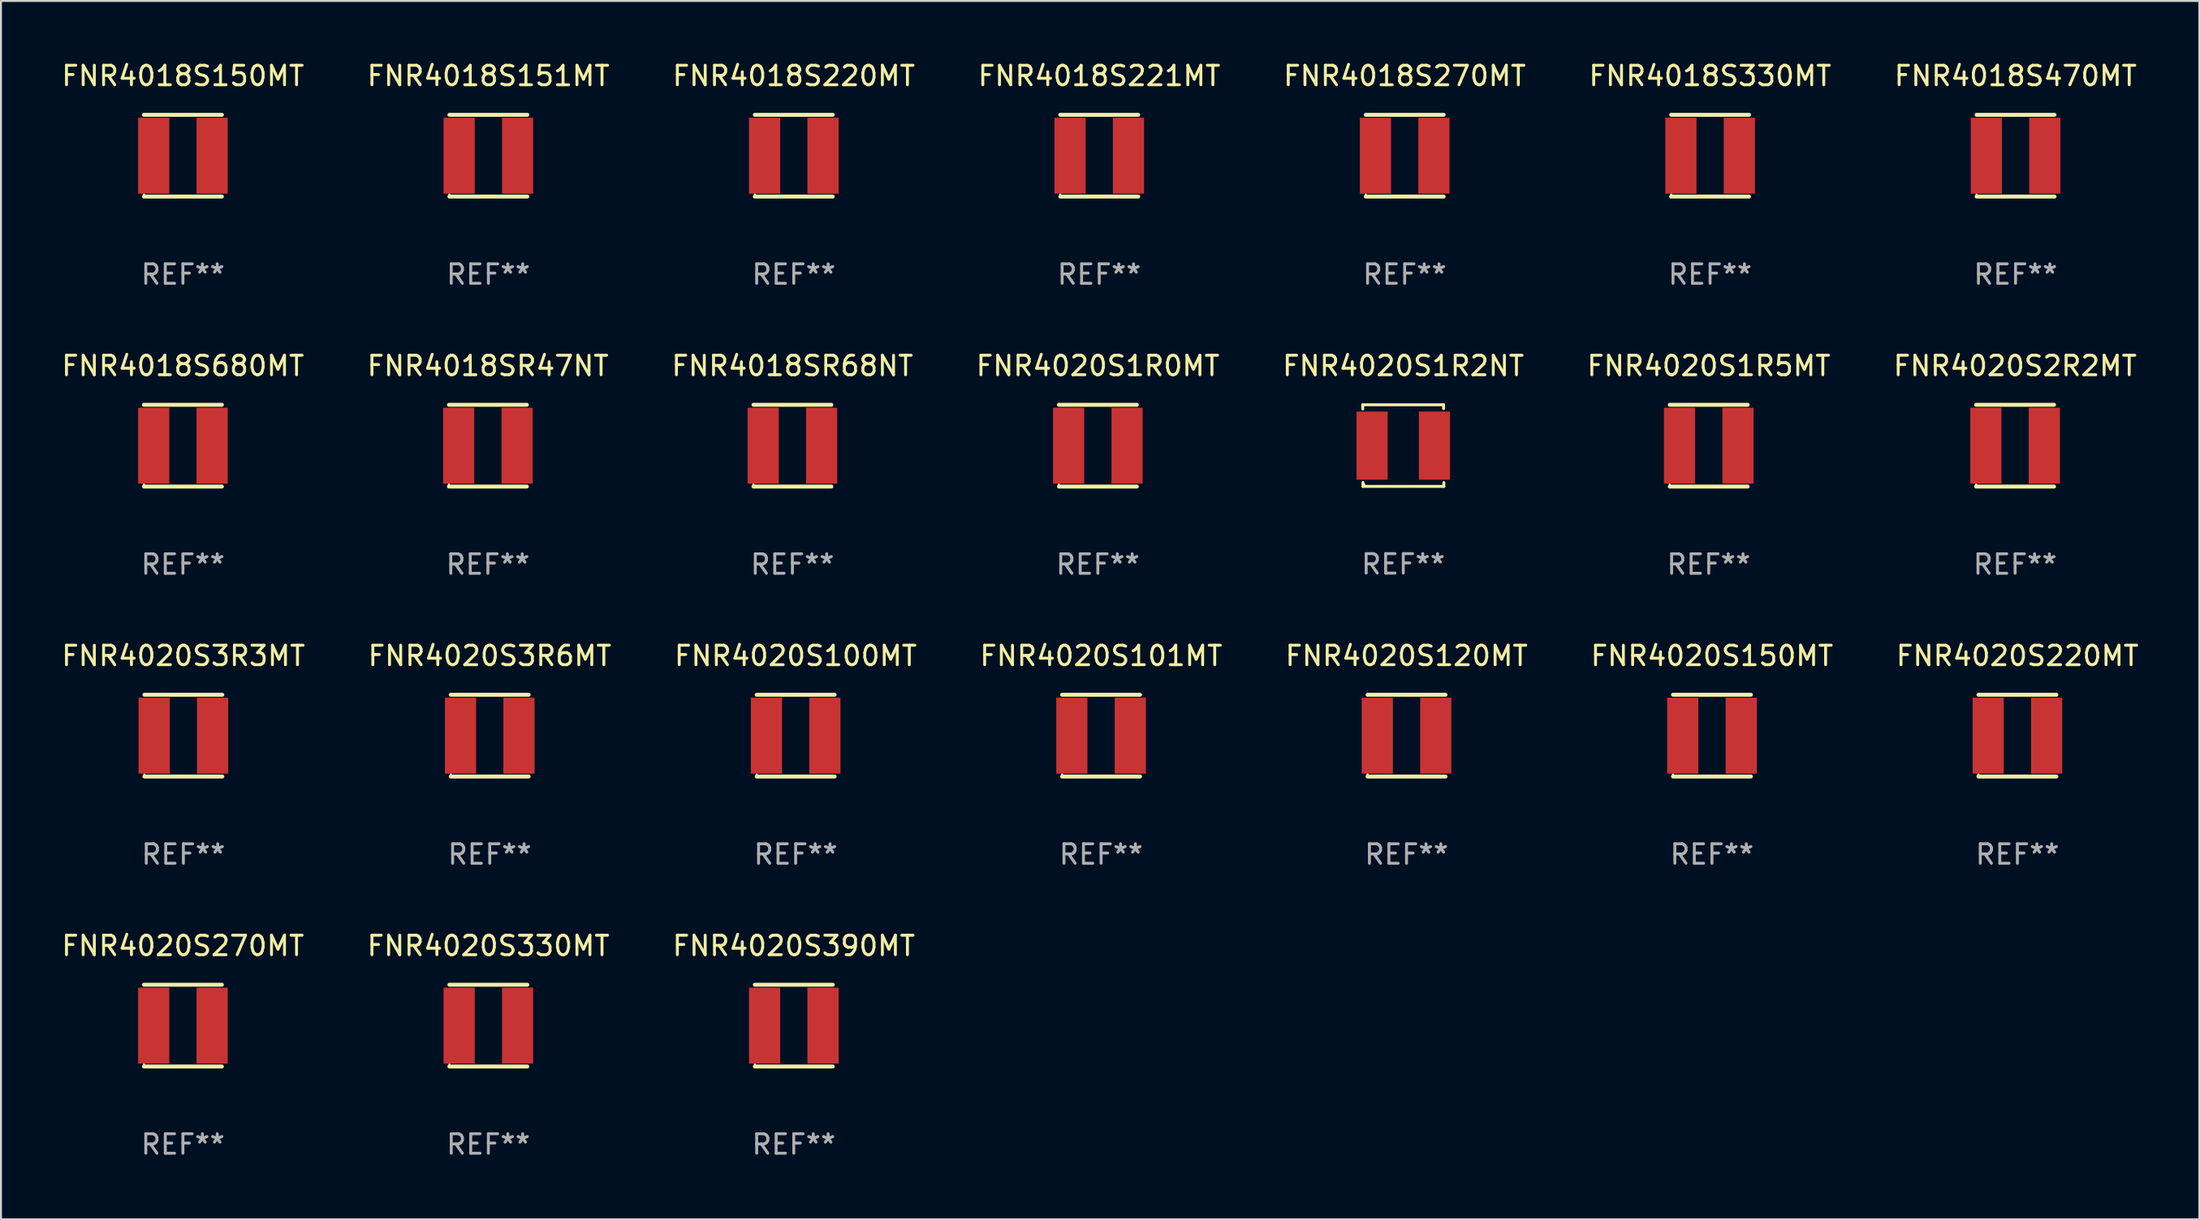
<source format=kicad_pcb>
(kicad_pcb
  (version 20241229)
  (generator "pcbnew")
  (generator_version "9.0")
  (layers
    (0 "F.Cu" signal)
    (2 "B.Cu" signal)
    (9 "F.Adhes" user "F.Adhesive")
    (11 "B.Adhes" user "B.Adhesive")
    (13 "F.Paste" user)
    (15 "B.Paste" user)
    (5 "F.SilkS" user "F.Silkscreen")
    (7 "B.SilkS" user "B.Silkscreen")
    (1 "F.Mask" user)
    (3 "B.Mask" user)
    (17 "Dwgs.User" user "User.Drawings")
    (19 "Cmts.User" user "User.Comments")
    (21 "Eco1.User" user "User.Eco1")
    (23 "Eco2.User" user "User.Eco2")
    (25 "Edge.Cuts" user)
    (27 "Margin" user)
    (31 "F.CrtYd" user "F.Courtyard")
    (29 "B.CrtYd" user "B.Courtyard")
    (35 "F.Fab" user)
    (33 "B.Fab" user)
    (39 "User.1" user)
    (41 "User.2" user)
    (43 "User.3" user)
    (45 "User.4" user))
  (footprint "FNR4020S1R2NT"
    (layer "F.Cu")
    (at 68.982 19.841)
    (property "Reference" "FNR4020S1R2NT" (at 0 -4.096 0) (layer "F.SilkS") (effects (font (size 1 1) (thickness 0.15))))
    (attr through_hole)
    (fp_line (start -2.083 -2.096) (end -2.08 -1.88) (stroke (width 0.15) (type solid)) (layer "F.SilkS"))
    (fp_line (start -2.07 1.89) (end -2.07 2.096) (stroke (width 0.15) (type solid)) (layer "F.SilkS"))
    (fp_line (start -2.07 2.096) (end 2.083 2.096) (stroke (width 0.15) (type solid)) (layer "F.SilkS"))
    (fp_line (start 2.07 -1.9) (end 2.07 -2.096) (stroke (width 0.15) (type solid)) (layer "F.SilkS"))
    (fp_line (start 2.07 -2.096) (end -2.083 -2.096) (stroke (width 0.15) (type solid)) (layer "F.SilkS"))
    (fp_line (start 2.083 2.096) (end 2.08 1.9) (stroke (width 0.15) (type solid)) (layer "F.SilkS"))
    (fp_circle (center -2 2) (end -1.97 2) (stroke (width 0.06) (type solid)) (fill no) (layer "F.SilkS"))
    (fp_text user "REF**" (at 0 6.096 0) (layer "F.Fab") (effects (font (size 1 1) (thickness 0.15))))
    (pad "1" smd rect (at -1.6 -0.000343) (size 1.6 3.5) (layers "F.Cu" "F.Mask" "F.Paste"))
    (pad "2" smd rect (at 1.6 -0.000343) (size 1.6 3.5) (layers "F.Cu" "F.Mask" "F.Paste")))
  (footprint "FNR4018S470MT"
    (layer "F.Cu")
    (at 100.411 4.948)
    (property "Reference" "FNR4018S470MT" (at 0 -4.1 0) (layer "F.SilkS") (effects (font (size 1 1) (thickness 0.15))))
    (attr through_hole)
    (fp_line (start -2 -2.1) (end 2 -2.1) (stroke (width 0.203) (type solid)) (layer "F.SilkS"))
    (fp_line (start -2 2.1) (end 2 2.1) (stroke (width 0.203) (type solid)) (layer "F.SilkS"))
    (fp_circle (center -2 2.003) (end -1.97 2.003) (stroke (width 0.06) (type solid)) (fill no) (layer "F.SilkS"))
    (fp_text user "REF**" (at 0 6.1 0) (layer "F.Fab") (effects (font (size 1 1) (thickness 0.15))))
    (pad "1" smd rect (at -1.5 0) (size 1.6 3.9) (layers "F.Cu" "F.Mask" "F.Paste"))
    (pad "2" smd rect (at 1.5 0) (size 1.6 3.9) (layers "F.Cu" "F.Mask" "F.Paste")))
  (footprint "FNR4020S220MT"
    (layer "F.Cu")
    (at 100.506 34.741)
    (property "Reference" "FNR4020S220MT" (at 0 -4.1 0) (layer "F.SilkS") (effects (font (size 1 1) (thickness 0.15))))
    (attr through_hole)
    (fp_line (start -2 -2.1) (end 2 -2.1) (stroke (width 0.203) (type solid)) (layer "F.SilkS"))
    (fp_line (start -2 2.1) (end 2 2.1) (stroke (width 0.203) (type solid)) (layer "F.SilkS"))
    (fp_circle (center -2 2.003) (end -1.97 2.003) (stroke (width 0.06) (type solid)) (fill no) (layer "F.SilkS"))
    (fp_text user "REF**" (at 0 6.1 0) (layer "F.Fab") (effects (font (size 1 1) (thickness 0.15))))
    (pad "1" smd rect (at -1.5 0) (size 1.6 3.9) (layers "F.Cu" "F.Mask" "F.Paste"))
    (pad "2" smd rect (at 1.5 0) (size 1.6 3.9) (layers "F.Cu" "F.Mask" "F.Paste")))
  (footprint "FNR4020S2R2MT"
    (layer "F.Cu")
    (at 100.387 19.845)
    (property "Reference" "FNR4020S2R2MT" (at 0 -4.1 0) (layer "F.SilkS") (effects (font (size 1 1) (thickness 0.15))))
    (attr through_hole)
    (fp_line (start -2 -2.1) (end 2 -2.1) (stroke (width 0.203) (type solid)) (layer "F.SilkS"))
    (fp_line (start -2 2.1) (end 2 2.1) (stroke (width 0.203) (type solid)) (layer "F.SilkS"))
    (fp_circle (center -2 2.003) (end -1.97 2.003) (stroke (width 0.06) (type solid)) (fill no) (layer "F.SilkS"))
    (fp_text user "REF**" (at 0 6.1 0) (layer "F.Fab") (effects (font (size 1 1) (thickness 0.15))))
    (pad "1" smd rect (at -1.5 0) (size 1.6 3.9) (layers "F.Cu" "F.Mask" "F.Paste"))
    (pad "2" smd rect (at 1.5 0) (size 1.6 3.9) (layers "F.Cu" "F.Mask" "F.Paste")))
  (footprint "FNR4020S3R3MT"
    (layer "F.Cu")
    (at 6.363 34.741)
    (property "Reference" "FNR4020S3R3MT" (at 0 -4.1 0) (layer "F.SilkS") (effects (font (size 1 1) (thickness 0.15))))
    (attr through_hole)
    (fp_line (start -2 -2.1) (end 2 -2.1) (stroke (width 0.203) (type solid)) (layer "F.SilkS"))
    (fp_line (start -2 2.1) (end 2 2.1) (stroke (width 0.203) (type solid)) (layer "F.SilkS"))
    (fp_circle (center -2 2.003) (end -1.97 2.003) (stroke (width 0.06) (type solid)) (fill no) (layer "F.SilkS"))
    (fp_text user "REF**" (at 0 6.1 0) (layer "F.Fab") (effects (font (size 1 1) (thickness 0.15))))
    (pad "1" smd rect (at -1.5 0) (size 1.6 3.9) (layers "F.Cu" "F.Mask" "F.Paste"))
    (pad "2" smd rect (at 1.5 0) (size 1.6 3.9) (layers "F.Cu" "F.Mask" "F.Paste")))
  (footprint "FNR4020S101MT"
    (layer "F.Cu")
    (at 53.47 34.741)
    (property "Reference" "FNR4020S101MT" (at 0 -4.1 0) (layer "F.SilkS") (effects (font (size 1 1) (thickness 0.15))))
    (attr through_hole)
    (fp_line (start -2 -2.1) (end 2 -2.1) (stroke (width 0.203) (type solid)) (layer "F.SilkS"))
    (fp_line (start -2 2.1) (end 2 2.1) (stroke (width 0.203) (type solid)) (layer "F.SilkS"))
    (fp_circle (center -2 2.003) (end -1.97 2.003) (stroke (width 0.06) (type solid)) (fill no) (layer "F.SilkS"))
    (fp_text user "REF**" (at 0 6.1 0) (layer "F.Fab") (effects (font (size 1 1) (thickness 0.15))))
    (pad "1" smd rect (at -1.5 0) (size 1.6 3.9) (layers "F.Cu" "F.Mask" "F.Paste"))
    (pad "2" smd rect (at 1.5 0) (size 1.6 3.9) (layers "F.Cu" "F.Mask" "F.Paste")))
  (footprint "FNR4020S120MT"
    (layer "F.Cu")
    (at 69.149 34.741)
    (property "Reference" "FNR4020S120MT" (at 0 -4.1 0) (layer "F.SilkS") (effects (font (size 1 1) (thickness 0.15))))
    (attr through_hole)
    (fp_line (start -2 -2.1) (end 2 -2.1) (stroke (width 0.203) (type solid)) (layer "F.SilkS"))
    (fp_line (start -2 2.1) (end 2 2.1) (stroke (width 0.203) (type solid)) (layer "F.SilkS"))
    (fp_circle (center -2 2.003) (end -1.97 2.003) (stroke (width 0.06) (type solid)) (fill no) (layer "F.SilkS"))
    (fp_text user "REF**" (at 0 6.1 0) (layer "F.Fab") (effects (font (size 1 1) (thickness 0.15))))
    (pad "1" smd rect (at -1.5 0) (size 1.6 3.9) (layers "F.Cu" "F.Mask" "F.Paste"))
    (pad "2" smd rect (at 1.5 0) (size 1.6 3.9) (layers "F.Cu" "F.Mask" "F.Paste")))
  (footprint "FNR4018S680MT"
    (layer "F.Cu")
    (at 6.339 19.845)
    (property "Reference" "FNR4018S680MT" (at 0 -4.1 0) (layer "F.SilkS") (effects (font (size 1 1) (thickness 0.15))))
    (attr through_hole)
    (fp_line (start -2 -2.1) (end 2 -2.1) (stroke (width 0.203) (type solid)) (layer "F.SilkS"))
    (fp_line (start -2 2.1) (end 2 2.1) (stroke (width 0.203) (type solid)) (layer "F.SilkS"))
    (fp_circle (center -2 2.003) (end -1.97 2.003) (stroke (width 0.06) (type solid)) (fill no) (layer "F.SilkS"))
    (fp_text user "REF**" (at 0 6.1 0) (layer "F.Fab") (effects (font (size 1 1) (thickness 0.15))))
    (pad "1" smd rect (at -1.5 0) (size 1.6 3.9) (layers "F.Cu" "F.Mask" "F.Paste"))
    (pad "2" smd rect (at 1.5 0) (size 1.6 3.9) (layers "F.Cu" "F.Mask" "F.Paste")))
  (footprint "FNR4018S220MT"
    (layer "F.Cu")
    (at 37.696 4.948)
    (property "Reference" "FNR4018S220MT" (at 0 -4.1 0) (layer "F.SilkS") (effects (font (size 1 1) (thickness 0.15))))
    (attr through_hole)
    (fp_line (start -2 -2.1) (end 2 -2.1) (stroke (width 0.203) (type solid)) (layer "F.SilkS"))
    (fp_line (start -2 2.1) (end 2 2.1) (stroke (width 0.203) (type solid)) (layer "F.SilkS"))
    (fp_circle (center -2 2.003) (end -1.97 2.003) (stroke (width 0.06) (type solid)) (fill no) (layer "F.SilkS"))
    (fp_text user "REF**" (at 0 6.1 0) (layer "F.Fab") (effects (font (size 1 1) (thickness 0.15))))
    (pad "1" smd rect (at -1.5 0) (size 1.6 3.9) (layers "F.Cu" "F.Mask" "F.Paste"))
    (pad "2" smd rect (at 1.5 0) (size 1.6 3.9) (layers "F.Cu" "F.Mask" "F.Paste")))
  (footprint "FNR4018S330MT"
    (layer "F.Cu")
    (at 84.732 4.948)
    (property "Reference" "FNR4018S330MT" (at 0 -4.1 0) (layer "F.SilkS") (effects (font (size 1 1) (thickness 0.15))))
    (attr through_hole)
    (fp_line (start -2 -2.1) (end 2 -2.1) (stroke (width 0.203) (type solid)) (layer "F.SilkS"))
    (fp_line (start -2 2.1) (end 2 2.1) (stroke (width 0.203) (type solid)) (layer "F.SilkS"))
    (fp_circle (center -2 2.003) (end -1.97 2.003) (stroke (width 0.06) (type solid)) (fill no) (layer "F.SilkS"))
    (fp_text user "REF**" (at 0 6.1 0) (layer "F.Fab") (effects (font (size 1 1) (thickness 0.15))))
    (pad "1" smd rect (at -1.5 0) (size 1.6 3.9) (layers "F.Cu" "F.Mask" "F.Paste"))
    (pad "2" smd rect (at 1.5 0) (size 1.6 3.9) (layers "F.Cu" "F.Mask" "F.Paste")))
  (footprint "FNR4020S100MT"
    (layer "F.Cu")
    (at 37.792 34.741)
    (property "Reference" "FNR4020S100MT" (at 0 -4.1 0) (layer "F.SilkS") (effects (font (size 1 1) (thickness 0.15))))
    (attr through_hole)
    (fp_line (start -2 -2.1) (end 2 -2.1) (stroke (width 0.203) (type solid)) (layer "F.SilkS"))
    (fp_line (start -2 2.1) (end 2 2.1) (stroke (width 0.203) (type solid)) (layer "F.SilkS"))
    (fp_circle (center -2 2.003) (end -1.97 2.003) (stroke (width 0.06) (type solid)) (fill no) (layer "F.SilkS"))
    (fp_text user "REF**" (at 0 6.1 0) (layer "F.Fab") (effects (font (size 1 1) (thickness 0.15))))
    (pad "1" smd rect (at -1.5 0) (size 1.6 3.9) (layers "F.Cu" "F.Mask" "F.Paste"))
    (pad "2" smd rect (at 1.5 0) (size 1.6 3.9) (layers "F.Cu" "F.Mask" "F.Paste")))
  (footprint "FNR4020S390MT"
    (layer "F.Cu")
    (at 37.696 49.638)
    (property "Reference" "FNR4020S390MT" (at 0 -4.1 0) (layer "F.SilkS") (effects (font (size 1 1) (thickness 0.15))))
    (attr through_hole)
    (fp_line (start -2 -2.1) (end 2 -2.1) (stroke (width 0.203) (type solid)) (layer "F.SilkS"))
    (fp_line (start -2 2.1) (end 2 2.1) (stroke (width 0.203) (type solid)) (layer "F.SilkS"))
    (fp_circle (center -2 2.003) (end -1.97 2.003) (stroke (width 0.06) (type solid)) (fill no) (layer "F.SilkS"))
    (fp_text user "REF**" (at 0 6.1 0) (layer "F.Fab") (effects (font (size 1 1) (thickness 0.15))))
    (pad "1" smd rect (at -1.5 0) (size 1.6 3.9) (layers "F.Cu" "F.Mask" "F.Paste"))
    (pad "2" smd rect (at 1.5 0) (size 1.6 3.9) (layers "F.Cu" "F.Mask" "F.Paste")))
  (footprint "FNR4018SR68NT"
    (layer "F.Cu")
    (at 37.625 19.845)
    (property "Reference" "FNR4018SR68NT" (at 0 -4.1 0) (layer "F.SilkS") (effects (font (size 1 1) (thickness 0.15))))
    (attr through_hole)
    (fp_line (start -2 -2.1) (end 2 -2.1) (stroke (width 0.203) (type solid)) (layer "F.SilkS"))
    (fp_line (start -2 2.1) (end 2 2.1) (stroke (width 0.203) (type solid)) (layer "F.SilkS"))
    (fp_circle (center -2 2.003) (end -1.97 2.003) (stroke (width 0.06) (type solid)) (fill no) (layer "F.SilkS"))
    (fp_text user "REF**" (at 0 6.1 0) (layer "F.Fab") (effects (font (size 1 1) (thickness 0.15))))
    (pad "1" smd rect (at -1.5 0) (size 1.6 3.9) (layers "F.Cu" "F.Mask" "F.Paste"))
    (pad "2" smd rect (at 1.5 0) (size 1.6 3.9) (layers "F.Cu" "F.Mask" "F.Paste")))
  (footprint "FNR4020S1R5MT"
    (layer "F.Cu")
    (at 84.661 19.845)
    (property "Reference" "FNR4020S1R5MT" (at 0 -4.1 0) (layer "F.SilkS") (effects (font (size 1 1) (thickness 0.15))))
    (attr through_hole)
    (fp_line (start -2 -2.1) (end 2 -2.1) (stroke (width 0.203) (type solid)) (layer "F.SilkS"))
    (fp_line (start -2 2.1) (end 2 2.1) (stroke (width 0.203) (type solid)) (layer "F.SilkS"))
    (fp_circle (center -2 2.003) (end -1.97 2.003) (stroke (width 0.06) (type solid)) (fill no) (layer "F.SilkS"))
    (fp_text user "REF**" (at 0 6.1 0) (layer "F.Fab") (effects (font (size 1 1) (thickness 0.15))))
    (pad "1" smd rect (at -1.5 0) (size 1.6 3.9) (layers "F.Cu" "F.Mask" "F.Paste"))
    (pad "2" smd rect (at 1.5 0) (size 1.6 3.9) (layers "F.Cu" "F.Mask" "F.Paste")))
  (footprint "FNR4018S221MT"
    (layer "F.Cu")
    (at 53.375 4.948)
    (property "Reference" "FNR4018S221MT" (at 0 -4.1 0) (layer "F.SilkS") (effects (font (size 1 1) (thickness 0.15))))
    (attr through_hole)
    (fp_line (start -2 -2.1) (end 2 -2.1) (stroke (width 0.203) (type solid)) (layer "F.SilkS"))
    (fp_line (start -2 2.1) (end 2 2.1) (stroke (width 0.203) (type solid)) (layer "F.SilkS"))
    (fp_circle (center -2 2.003) (end -1.97 2.003) (stroke (width 0.06) (type solid)) (fill no) (layer "F.SilkS"))
    (fp_text user "REF**" (at 0 6.1 0) (layer "F.Fab") (effects (font (size 1 1) (thickness 0.15))))
    (pad "1" smd rect (at -1.5 0) (size 1.6 3.9) (layers "F.Cu" "F.Mask" "F.Paste"))
    (pad "2" smd rect (at 1.5 0) (size 1.6 3.9) (layers "F.Cu" "F.Mask" "F.Paste")))
  (footprint "FNR4018S150MT"
    (layer "F.Cu")
    (at 6.339 4.948)
    (property "Reference" "FNR4018S150MT" (at 0 -4.1 0) (layer "F.SilkS") (effects (font (size 1 1) (thickness 0.15))))
    (attr through_hole)
    (fp_line (start -2 -2.1) (end 2 -2.1) (stroke (width 0.203) (type solid)) (layer "F.SilkS"))
    (fp_line (start -2 2.1) (end 2 2.1) (stroke (width 0.203) (type solid)) (layer "F.SilkS"))
    (fp_circle (center -2 2.003) (end -1.97 2.003) (stroke (width 0.06) (type solid)) (fill no) (layer "F.SilkS"))
    (fp_text user "REF**" (at 0 6.1 0) (layer "F.Fab") (effects (font (size 1 1) (thickness 0.15))))
    (pad "1" smd rect (at -1.5 0) (size 1.6 3.9) (layers "F.Cu" "F.Mask" "F.Paste"))
    (pad "2" smd rect (at 1.5 0) (size 1.6 3.9) (layers "F.Cu" "F.Mask" "F.Paste")))
  (footprint "FNR4020S270MT"
    (layer "F.Cu")
    (at 6.339 49.638)
    (property "Reference" "FNR4020S270MT" (at 0 -4.1 0) (layer "F.SilkS") (effects (font (size 1 1) (thickness 0.15))))
    (attr through_hole)
    (fp_line (start -2 -2.1) (end 2 -2.1) (stroke (width 0.203) (type solid)) (layer "F.SilkS"))
    (fp_line (start -2 2.1) (end 2 2.1) (stroke (width 0.203) (type solid)) (layer "F.SilkS"))
    (fp_circle (center -2 2.003) (end -1.97 2.003) (stroke (width 0.06) (type solid)) (fill no) (layer "F.SilkS"))
    (fp_text user "REF**" (at 0 6.1 0) (layer "F.Fab") (effects (font (size 1 1) (thickness 0.15))))
    (pad "1" smd rect (at -1.5 0) (size 1.6 3.9) (layers "F.Cu" "F.Mask" "F.Paste"))
    (pad "2" smd rect (at 1.5 0) (size 1.6 3.9) (layers "F.Cu" "F.Mask" "F.Paste")))
  (footprint "FNR4020S1R0MT"
    (layer "F.Cu")
    (at 53.304 19.845)
    (property "Reference" "FNR4020S1R0MT" (at 0 -4.1 0) (layer "F.SilkS") (effects (font (size 1 1) (thickness 0.15))))
    (attr through_hole)
    (fp_line (start -2 -2.1) (end 2 -2.1) (stroke (width 0.203) (type solid)) (layer "F.SilkS"))
    (fp_line (start -2 2.1) (end 2 2.1) (stroke (width 0.203) (type solid)) (layer "F.SilkS"))
    (fp_circle (center -2 2.003) (end -1.97 2.003) (stroke (width 0.06) (type solid)) (fill no) (layer "F.SilkS"))
    (fp_text user "REF**" (at 0 6.1 0) (layer "F.Fab") (effects (font (size 1 1) (thickness 0.15))))
    (pad "1" smd rect (at -1.5 0) (size 1.6 3.9) (layers "F.Cu" "F.Mask" "F.Paste"))
    (pad "2" smd rect (at 1.5 0) (size 1.6 3.9) (layers "F.Cu" "F.Mask" "F.Paste")))
  (footprint "FNR4020S3R6MT"
    (layer "F.Cu")
    (at 22.089 34.741)
    (property "Reference" "FNR4020S3R6MT" (at 0 -4.1 0) (layer "F.SilkS") (effects (font (size 1 1) (thickness 0.15))))
    (attr through_hole)
    (fp_line (start -2 -2.1) (end 2 -2.1) (stroke (width 0.203) (type solid)) (layer "F.SilkS"))
    (fp_line (start -2 2.1) (end 2 2.1) (stroke (width 0.203) (type solid)) (layer "F.SilkS"))
    (fp_circle (center -2 2.003) (end -1.97 2.003) (stroke (width 0.06) (type solid)) (fill no) (layer "F.SilkS"))
    (fp_text user "REF**" (at 0 6.1 0) (layer "F.Fab") (effects (font (size 1 1) (thickness 0.15))))
    (pad "1" smd rect (at -1.5 0) (size 1.6 3.9) (layers "F.Cu" "F.Mask" "F.Paste"))
    (pad "2" smd rect (at 1.5 0) (size 1.6 3.9) (layers "F.Cu" "F.Mask" "F.Paste")))
  (footprint "FNR4020S150MT"
    (layer "F.Cu")
    (at 84.827 34.741)
    (property "Reference" "FNR4020S150MT" (at 0 -4.1 0) (layer "F.SilkS") (effects (font (size 1 1) (thickness 0.15))))
    (attr through_hole)
    (fp_line (start -2 -2.1) (end 2 -2.1) (stroke (width 0.203) (type solid)) (layer "F.SilkS"))
    (fp_line (start -2 2.1) (end 2 2.1) (stroke (width 0.203) (type solid)) (layer "F.SilkS"))
    (fp_circle (center -2 2.003) (end -1.97 2.003) (stroke (width 0.06) (type solid)) (fill no) (layer "F.SilkS"))
    (fp_text user "REF**" (at 0 6.1 0) (layer "F.Fab") (effects (font (size 1 1) (thickness 0.15))))
    (pad "1" smd rect (at -1.5 0) (size 1.6 3.9) (layers "F.Cu" "F.Mask" "F.Paste"))
    (pad "2" smd rect (at 1.5 0) (size 1.6 3.9) (layers "F.Cu" "F.Mask" "F.Paste")))
  (footprint "FNR4020S330MT"
    (layer "F.Cu")
    (at 22.018 49.638)
    (property "Reference" "FNR4020S330MT" (at 0 -4.1 0) (layer "F.SilkS") (effects (font (size 1 1) (thickness 0.15))))
    (attr through_hole)
    (fp_line (start -2 -2.1) (end 2 -2.1) (stroke (width 0.203) (type solid)) (layer "F.SilkS"))
    (fp_line (start -2 2.1) (end 2 2.1) (stroke (width 0.203) (type solid)) (layer "F.SilkS"))
    (fp_circle (center -2 2.003) (end -1.97 2.003) (stroke (width 0.06) (type solid)) (fill no) (layer "F.SilkS"))
    (fp_text user "REF**" (at 0 6.1 0) (layer "F.Fab") (effects (font (size 1 1) (thickness 0.15))))
    (pad "1" smd rect (at -1.5 0) (size 1.6 3.9) (layers "F.Cu" "F.Mask" "F.Paste"))
    (pad "2" smd rect (at 1.5 0) (size 1.6 3.9) (layers "F.Cu" "F.Mask" "F.Paste")))
  (footprint "FNR4018S151MT"
    (layer "F.Cu")
    (at 22.018 4.948)
    (property "Reference" "FNR4018S151MT" (at 0 -4.1 0) (layer "F.SilkS") (effects (font (size 1 1) (thickness 0.15))))
    (attr through_hole)
    (fp_line (start -2 -2.1) (end 2 -2.1) (stroke (width 0.203) (type solid)) (layer "F.SilkS"))
    (fp_line (start -2 2.1) (end 2 2.1) (stroke (width 0.203) (type solid)) (layer "F.SilkS"))
    (fp_circle (center -2 2.003) (end -1.97 2.003) (stroke (width 0.06) (type solid)) (fill no) (layer "F.SilkS"))
    (fp_text user "REF**" (at 0 6.1 0) (layer "F.Fab") (effects (font (size 1 1) (thickness 0.15))))
    (pad "1" smd rect (at -1.5 0) (size 1.6 3.9) (layers "F.Cu" "F.Mask" "F.Paste"))
    (pad "2" smd rect (at 1.5 0) (size 1.6 3.9) (layers "F.Cu" "F.Mask" "F.Paste")))
  (footprint "FNR4018S270MT"
    (layer "F.Cu")
    (at 69.054 4.948)
    (property "Reference" "FNR4018S270MT" (at 0 -4.1 0) (layer "F.SilkS") (effects (font (size 1 1) (thickness 0.15))))
    (attr through_hole)
    (fp_line (start -2 -2.1) (end 2 -2.1) (stroke (width 0.203) (type solid)) (layer "F.SilkS"))
    (fp_line (start -2 2.1) (end 2 2.1) (stroke (width 0.203) (type solid)) (layer "F.SilkS"))
    (fp_circle (center -2 2.003) (end -1.97 2.003) (stroke (width 0.06) (type solid)) (fill no) (layer "F.SilkS"))
    (fp_text user "REF**" (at 0 6.1 0) (layer "F.Fab") (effects (font (size 1 1) (thickness 0.15))))
    (pad "1" smd rect (at -1.5 0) (size 1.6 3.9) (layers "F.Cu" "F.Mask" "F.Paste"))
    (pad "2" smd rect (at 1.5 0) (size 1.6 3.9) (layers "F.Cu" "F.Mask" "F.Paste")))
  (footprint "FNR4018SR47NT"
    (layer "F.Cu")
    (at 21.994 19.845)
    (property "Reference" "FNR4018SR47NT" (at 0 -4.1 0) (layer "F.SilkS") (effects (font (size 1 1) (thickness 0.15))))
    (attr through_hole)
    (fp_line (start -2 -2.1) (end 2 -2.1) (stroke (width 0.203) (type solid)) (layer "F.SilkS"))
    (fp_line (start -2 2.1) (end 2 2.1) (stroke (width 0.203) (type solid)) (layer "F.SilkS"))
    (fp_circle (center -2 2.003) (end -1.97 2.003) (stroke (width 0.06) (type solid)) (fill no) (layer "F.SilkS"))
    (fp_text user "REF**" (at 0 6.1 0) (layer "F.Fab") (effects (font (size 1 1) (thickness 0.15))))
    (pad "1" smd rect (at -1.5 0) (size 1.6 3.9) (layers "F.Cu" "F.Mask" "F.Paste"))
    (pad "2" smd rect (at 1.5 0) (size 1.6 3.9) (layers "F.Cu" "F.Mask" "F.Paste")))
  (gr_rect
    (start -3 -3)
    (end 109.845 59.586)
    (stroke (width 0.1) (type default))
    (fill no)
    (layer "Edge.Cuts")))
</source>
